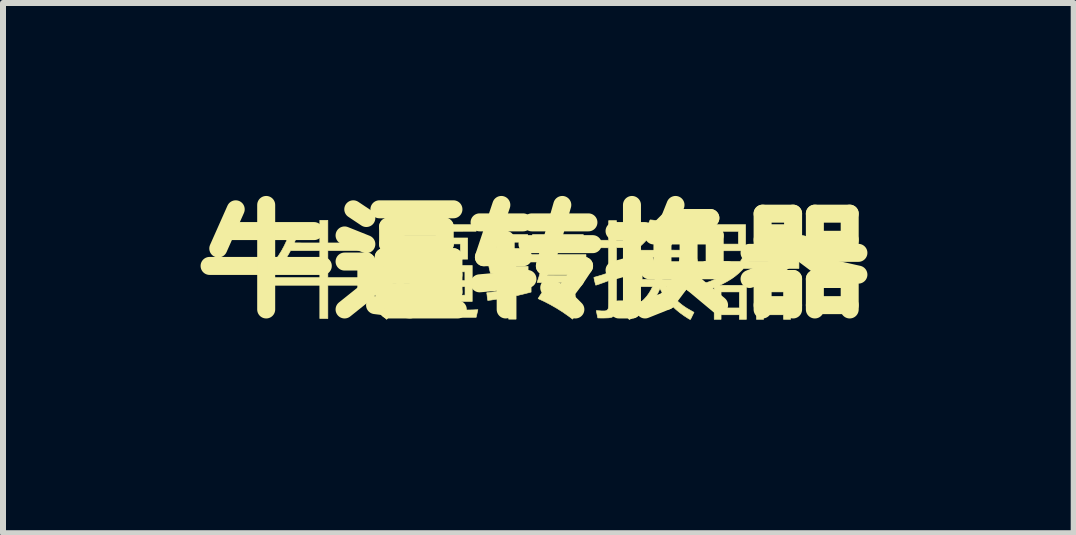
<source format=kicad_pcb>
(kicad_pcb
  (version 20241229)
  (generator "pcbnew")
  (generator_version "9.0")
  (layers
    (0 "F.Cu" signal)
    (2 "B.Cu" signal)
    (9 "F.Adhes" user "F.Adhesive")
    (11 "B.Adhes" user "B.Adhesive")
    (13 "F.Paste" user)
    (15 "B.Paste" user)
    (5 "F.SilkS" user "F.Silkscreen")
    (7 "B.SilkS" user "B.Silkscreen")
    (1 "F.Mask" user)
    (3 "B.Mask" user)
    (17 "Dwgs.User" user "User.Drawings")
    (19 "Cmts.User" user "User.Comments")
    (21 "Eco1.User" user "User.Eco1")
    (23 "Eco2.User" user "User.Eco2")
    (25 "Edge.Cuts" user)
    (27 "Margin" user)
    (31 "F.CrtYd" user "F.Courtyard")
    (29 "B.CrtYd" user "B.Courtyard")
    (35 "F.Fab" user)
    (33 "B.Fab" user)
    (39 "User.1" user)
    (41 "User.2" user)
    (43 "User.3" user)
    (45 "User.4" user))
  (footprint "牛逼转换器"
    (layer "F.Cu")
    (at 5.922 1.418)
    (property "Reference" "牛逼转换器" (at 0 0 0) (layer "F.SilkS") (effects (font (size 1.524 1.524) (thickness 0.3))))
    (attr through_hole)
    (fp_poly (pts (xy -1.036 -0.669) (xy -1.037 -0.614) (xy -2.108 -0.613) (xy -2.108 -0.724) (xy -1.035 -0.724) (xy -1.036 -0.669)) (stroke (width 0.01) (type solid)) (fill yes) (layer "F.SilkS"))
    (fp_poly (pts (xy -1.178 -0.149) (xy -1.965 -0.149) (xy -1.965 -0.403) (xy -1.845 -0.403) (xy -1.845 -0.244) (xy -1.299 -0.244) (xy -1.299 -0.403) (xy -1.845 -0.403) (xy -1.965 -0.403) (xy -1.965 -0.502) (xy -1.178 -0.502) (xy -1.178 -0.149)) (stroke (width 0.01) (type solid)) (fill yes) (layer "F.SilkS"))
    (fp_poly (pts (xy 3.454 -0.289) (xy 2.905 -0.289) (xy 2.905 -0.613) (xy 3.023 -0.613) (xy 3.023 -0.4) (xy 3.334 -0.4) (xy 3.334 -0.613) (xy 3.023 -0.613) (xy 2.905 -0.613) (xy 2.905 -0.724) (xy 3.454 -0.724) (xy 3.454 -0.289)) (stroke (width 0.01) (type solid)) (fill yes) (layer "F.SilkS"))
    (fp_poly (pts (xy 4.21 -0.289) (xy 3.651 -0.289) (xy 3.651 -0.613) (xy 3.772 -0.613) (xy 3.772 -0.4) (xy 4.093 -0.4) (xy 4.093 -0.613) (xy 3.772 -0.613) (xy 3.651 -0.613) (xy 3.651 -0.724) (xy 4.21 -0.724) (xy 4.21 -0.289)) (stroke (width 0.01) (type solid)) (fill yes) (layer "F.SilkS"))
    (fp_poly (pts (xy -1.102 0.556) (xy -2.042 0.556) (xy -2.042 0.308) (xy -1.921 0.308) (xy -1.921 0.451) (xy -1.632 0.451) (xy -1.632 0.308) (xy -1.514 0.308) (xy -1.514 0.451) (xy -1.222 0.451) (xy -1.222 0.308) (xy -1.514 0.308) (xy -1.632 0.308) (xy -1.921 0.308) (xy -2.042 0.308) (xy -2.042 0.21) (xy -1.514 0.21) (xy -1.224 0.208) (xy -1.224 0.062) (xy -1.514 0.06) (xy -1.514 0.21) (xy -2.042 0.21) (xy -2.042 0.06) (xy -1.921 0.06) (xy -1.921 0.21) (xy -1.632 0.21) (xy -1.632 0.06) (xy -1.921 0.06) (xy -2.042 0.06) (xy -2.042 -0.044) (xy -1.102 -0.044) (xy -1.102 0.556)) (stroke (width 0.01) (type solid)) (fill yes) (layer "F.SilkS"))
    (fp_poly (pts (xy -2.492 -0.769) (xy -2.485 -0.764) (xy -2.474 -0.755) (xy -2.46 -0.744) (xy -2.444 -0.731) (xy -2.426 -0.717) (xy -2.408 -0.701) (xy -2.389 -0.685) (xy -2.372 -0.67) (xy -2.359 -0.66) (xy -2.345 -0.646) (xy -2.328 -0.63) (xy -2.31 -0.613) (xy -2.291 -0.595) (xy -2.273 -0.577) (xy -2.254 -0.559) (xy -2.237 -0.542) (xy -2.221 -0.526) (xy -2.207 -0.511) (xy -2.196 -0.5) (xy -2.189 -0.491) (xy -2.185 -0.486) (xy -2.184 -0.485) (xy -2.187 -0.482) (xy -2.193 -0.475) (xy -2.202 -0.465) (xy -2.214 -0.453) (xy -2.228 -0.439) (xy -2.23 -0.437) (xy -2.276 -0.394) (xy -2.301 -0.423) (xy -2.328 -0.453) (xy -2.359 -0.486) (xy -2.394 -0.52) (xy -2.432 -0.556) (xy -2.471 -0.592) (xy -2.512 -0.627) (xy -2.543 -0.652) (xy -2.585 -0.687) (xy -2.541 -0.729) (xy -2.527 -0.742) (xy -2.515 -0.754) (xy -2.505 -0.763) (xy -2.498 -0.769) (xy -2.495 -0.771) (xy -2.495 -0.771) (xy -2.492 -0.769)) (stroke (width 0.01) (type solid)) (fill yes) (layer "F.SilkS"))
    (fp_poly (pts (xy -3.508 -0.419) (xy -2.921 -0.419) (xy -2.921 -0.292) (xy -3.508 -0.292) (xy -3.508 0.159) (xy -2.813 0.159) (xy -2.813 0.286) (xy -3.508 0.286) (xy -3.508 0.841) (xy -3.642 0.841) (xy -3.642 0.286) (xy -4.407 0.286) (xy -4.407 0.159) (xy -3.642 0.159) (xy -3.642 -0.292) (xy -4.13 -0.292) (xy -4.147 -0.261) (xy -4.159 -0.239) (xy -4.173 -0.215) (xy -4.189 -0.189) (xy -4.205 -0.163) (xy -4.222 -0.136) (xy -4.239 -0.109) (xy -4.256 -0.084) (xy -4.272 -0.059) (xy -4.288 -0.037) (xy -4.302 -0.017) (xy -4.314 -0.000223) (xy -4.325 0.013) (xy -4.333 0.022) (xy -4.338 0.027) (xy -4.339 0.027) (xy -4.343 0.025) (xy -4.349 0.018) (xy -4.358 0.008) (xy -4.37 -0.004) (xy -4.382 -0.019) (xy -4.386 -0.023) (xy -4.429 -0.074) (xy -4.402 -0.108) (xy -4.386 -0.127) (xy -4.369 -0.151) (xy -4.35 -0.178) (xy -4.331 -0.206) (xy -4.313 -0.235) (xy -4.296 -0.262) (xy -4.281 -0.287) (xy -4.276 -0.295) (xy -4.237 -0.367) (xy -4.2 -0.445) (xy -4.163 -0.527) (xy -4.128 -0.615) (xy -4.097 -0.699) (xy -4.092 -0.713) (xy -4.088 -0.724) (xy -4.085 -0.731) (xy -4.083 -0.733) (xy -4.079 -0.733) (xy -4.07 -0.731) (xy -4.058 -0.728) (xy -4.043 -0.725) (xy -4.026 -0.721) (xy -4.009 -0.718) (xy -3.994 -0.714) (xy -3.98 -0.711) (xy -3.97 -0.708) (xy -3.964 -0.707) (xy -3.963 -0.707) (xy -3.963 -0.703) (xy -3.966 -0.694) (xy -3.97 -0.681) (xy -3.976 -0.664) (xy -3.983 -0.644) (xy -3.991 -0.621) (xy -4 -0.597) (xy -4.009 -0.572) (xy -4.018 -0.546) (xy -4.028 -0.521) (xy -4.037 -0.497) (xy -4.046 -0.475) (xy -4.05 -0.466) (xy -4.056 -0.451) (xy -4.061 -0.438) (xy -4.065 -0.428) (xy -4.067 -0.422) (xy -4.067 -0.422) (xy -4.064 -0.421) (xy -4.055 -0.421) (xy -4.041 -0.42) (xy -4.022 -0.42) (xy -3.999 -0.42) (xy -3.972 -0.42) (xy -3.941 -0.419) (xy -3.908 -0.419) (xy -3.873 -0.419) (xy -3.854 -0.419) (xy -3.642 -0.419) (xy -3.642 -0.797) (xy -3.508 -0.797) (xy -3.508 -0.419)) (stroke (width 0.01) (type solid)) (fill yes) (layer "F.SilkS"))
    (fp_poly (pts (xy -2.242 0.165) (xy -2.242 0.218) (xy -2.242 0.266) (xy -2.242 0.308) (xy -2.241 0.345) (xy -2.241 0.376) (xy -2.241 0.403) (xy -2.241 0.426) (xy -2.241 0.445) (xy -2.241 0.461) (xy -2.24 0.474) (xy -2.24 0.483) (xy -2.24 0.491) (xy -2.239 0.496) (xy -2.238 0.5) (xy -2.238 0.502) (xy -2.237 0.504) (xy -2.236 0.504) (xy -2.235 0.505) (xy -2.231 0.508) (xy -2.224 0.516) (xy -2.214 0.526) (xy -2.203 0.538) (xy -2.196 0.545) (xy -2.167 0.576) (xy -2.139 0.603) (xy -2.111 0.625) (xy -2.081 0.644) (xy -2.05 0.659) (xy -2.015 0.672) (xy -1.978 0.682) (xy -1.935 0.69) (xy -1.888 0.696) (xy -1.886 0.696) (xy -1.877 0.697) (xy -1.861 0.697) (xy -1.841 0.698) (xy -1.815 0.698) (xy -1.785 0.699) (xy -1.752 0.699) (xy -1.715 0.699) (xy -1.675 0.7) (xy -1.633 0.7) (xy -1.589 0.7) (xy -1.544 0.7) (xy -1.499 0.7) (xy -1.453 0.7) (xy -1.407 0.7) (xy -1.362 0.7) (xy -1.318 0.7) (xy -1.276 0.699) (xy -1.236 0.699) (xy -1.199 0.699) (xy -1.165 0.698) (xy -1.135 0.698) (xy -1.11 0.697) (xy -1.089 0.697) (xy -1.074 0.696) (xy -1.073 0.696) (xy -1.054 0.695) (xy -1.036 0.694) (xy -1.022 0.694) (xy -1.013 0.693) (xy -1.008 0.693) (xy -1.008 0.693) (xy -1.008 0.696) (xy -1.01 0.705) (xy -1.013 0.717) (xy -1.017 0.733) (xy -1.021 0.752) (xy -1.022 0.757) (xy -1.037 0.821) (xy -1.416 0.821) (xy -1.484 0.82) (xy -1.546 0.82) (xy -1.602 0.82) (xy -1.652 0.82) (xy -1.696 0.82) (xy -1.734 0.819) (xy -1.768 0.819) (xy -1.796 0.818) (xy -1.819 0.818) (xy -1.837 0.817) (xy -1.85 0.817) (xy -1.851 0.816) (xy -1.907 0.812) (xy -1.958 0.805) (xy -2.003 0.797) (xy -2.042 0.787) (xy -2.075 0.776) (xy -2.108 0.761) (xy -2.141 0.741) (xy -2.173 0.717) (xy -2.203 0.69) (xy -2.219 0.674) (xy -2.237 0.653) (xy -2.252 0.637) (xy -2.265 0.625) (xy -2.277 0.617) (xy -2.287 0.612) (xy -2.297 0.609) (xy -2.305 0.609) (xy -2.32 0.612) (xy -2.337 0.621) (xy -2.356 0.635) (xy -2.378 0.656) (xy -2.402 0.682) (xy -2.427 0.714) (xy -2.455 0.751) (xy -2.485 0.794) (xy -2.489 0.799) (xy -2.5 0.816) (xy -2.509 0.83) (xy -2.518 0.842) (xy -2.524 0.85) (xy -2.527 0.854) (xy -2.527 0.854) (xy -2.53 0.852) (xy -2.537 0.846) (xy -2.546 0.838) (xy -2.558 0.827) (xy -2.567 0.819) (xy -2.581 0.806) (xy -2.593 0.795) (xy -2.604 0.785) (xy -2.612 0.777) (xy -2.614 0.775) (xy -2.623 0.766) (xy -2.603 0.736) (xy -2.577 0.698) (xy -2.549 0.661) (xy -2.522 0.627) (xy -2.495 0.595) (xy -2.47 0.568) (xy -2.448 0.547) (xy -2.434 0.536) (xy -2.419 0.524) (xy -2.404 0.513) (xy -2.39 0.504) (xy -2.378 0.497) (xy -2.37 0.493) (xy -2.369 0.493) (xy -2.362 0.491) (xy -2.362 -0.051) (xy -2.626 -0.051) (xy -2.626 -0.171) (xy -2.242 -0.171) (xy -2.242 0.165)) (stroke (width 0.01) (type solid)) (fill yes) (layer "F.SilkS"))
    (fp_poly (pts (xy 1.302 -0.464) (xy 1.483 -0.464) (xy 1.483 -0.34) (xy 1.302 -0.34) (xy 1.302 0.025) (xy 1.345 0.004) (xy 1.364 -0.005) (xy 1.386 -0.016) (xy 1.409 -0.027) (xy 1.431 -0.039) (xy 1.439 -0.043) (xy 1.455 -0.052) (xy 1.469 -0.059) (xy 1.48 -0.065) (xy 1.488 -0.069) (xy 1.49 -0.07) (xy 1.491 -0.067) (xy 1.491 -0.058) (xy 1.492 -0.046) (xy 1.492 -0.029) (xy 1.492 -0.01) (xy 1.492 -0.005) (xy 1.492 0.06) (xy 1.45 0.082) (xy 1.432 0.092) (xy 1.411 0.102) (xy 1.388 0.114) (xy 1.366 0.124) (xy 1.355 0.129) (xy 1.302 0.154) (xy 1.301 0.435) (xy 1.301 0.484) (xy 1.301 0.526) (xy 1.301 0.564) (xy 1.3 0.596) (xy 1.3 0.623) (xy 1.3 0.646) (xy 1.3 0.666) (xy 1.299 0.682) (xy 1.299 0.694) (xy 1.298 0.705) (xy 1.298 0.713) (xy 1.297 0.719) (xy 1.296 0.724) (xy 1.296 0.728) (xy 1.295 0.732) (xy 1.293 0.736) (xy 1.293 0.736) (xy 1.283 0.76) (xy 1.271 0.78) (xy 1.256 0.797) (xy 1.245 0.805) (xy 1.235 0.813) (xy 1.223 0.819) (xy 1.21 0.823) (xy 1.194 0.826) (xy 1.175 0.829) (xy 1.152 0.83) (xy 1.125 0.831) (xy 1.092 0.832) (xy 1.08 0.832) (xy 1.057 0.832) (xy 1.036 0.832) (xy 1.018 0.831) (xy 1.004 0.831) (xy 0.995 0.831) (xy 0.991 0.83) (xy 0.991 0.83) (xy 0.99 0.827) (xy 0.988 0.818) (xy 0.985 0.805) (xy 0.982 0.789) (xy 0.978 0.771) (xy 0.978 0.77) (xy 0.974 0.751) (xy 0.97 0.735) (xy 0.968 0.722) (xy 0.967 0.713) (xy 0.966 0.709) (xy 0.966 0.709) (xy 0.97 0.709) (xy 0.979 0.709) (xy 0.991 0.71) (xy 1.006 0.711) (xy 1.006 0.711) (xy 1.026 0.712) (xy 1.049 0.714) (xy 1.071 0.714) (xy 1.083 0.714) (xy 1.105 0.714) (xy 1.122 0.712) (xy 1.135 0.708) (xy 1.145 0.702) (xy 1.154 0.694) (xy 1.155 0.692) (xy 1.158 0.688) (xy 1.161 0.684) (xy 1.163 0.679) (xy 1.165 0.673) (xy 1.167 0.665) (xy 1.168 0.656) (xy 1.169 0.644) (xy 1.17 0.63) (xy 1.17 0.612) (xy 1.171 0.591) (xy 1.171 0.565) (xy 1.171 0.534) (xy 1.172 0.499) (xy 1.172 0.458) (xy 1.172 0.428) (xy 1.172 0.391) (xy 1.172 0.357) (xy 1.171 0.324) (xy 1.171 0.295) (xy 1.171 0.269) (xy 1.171 0.247) (xy 1.171 0.23) (xy 1.171 0.218) (xy 1.17 0.211) (xy 1.17 0.21) (xy 1.167 0.211) (xy 1.159 0.214) (xy 1.147 0.218) (xy 1.134 0.223) (xy 1.133 0.223) (xy 1.116 0.23) (xy 1.097 0.237) (xy 1.076 0.245) (xy 1.054 0.252) (xy 1.033 0.26) (xy 1.013 0.267) (xy 0.994 0.273) (xy 0.979 0.278) (xy 0.967 0.282) (xy 0.959 0.284) (xy 0.957 0.284) (xy 0.955 0.281) (xy 0.952 0.272) (xy 0.949 0.259) (xy 0.945 0.244) (xy 0.941 0.227) (xy 0.937 0.21) (xy 0.933 0.193) (xy 0.93 0.178) (xy 0.927 0.166) (xy 0.926 0.158) (xy 0.926 0.156) (xy 0.93 0.154) (xy 0.939 0.151) (xy 0.952 0.147) (xy 0.968 0.143) (xy 0.986 0.137) (xy 0.989 0.137) (xy 1.008 0.131) (xy 1.029 0.125) (xy 1.052 0.118) (xy 1.075 0.111) (xy 1.097 0.103) (xy 1.118 0.096) (xy 1.136 0.09) (xy 1.151 0.085) (xy 1.162 0.081) (xy 1.166 0.079) (xy 1.167 0.078) (xy 1.168 0.076) (xy 1.169 0.073) (xy 1.17 0.069) (xy 1.17 0.062) (xy 1.171 0.053) (xy 1.171 0.04) (xy 1.171 0.024) (xy 1.171 0.004) (xy 1.171 -0.021) (xy 1.171 -0.05) (xy 1.171 -0.085) (xy 1.171 -0.126) (xy 1.171 -0.131) (xy 1.17 -0.338) (xy 0.956 -0.34) (xy 0.956 -0.464) (xy 1.172 -0.464) (xy 1.172 -0.791) (xy 1.302 -0.791) (xy 1.302 -0.464)) (stroke (width 0.01) (type solid)) (fill yes) (layer "F.SilkS"))
    (fp_poly (pts (xy -0.581 -0.794) (xy -0.569 -0.793) (xy -0.553 -0.791) (xy -0.537 -0.789) (xy -0.52 -0.786) (xy -0.504 -0.783) (xy -0.49 -0.781) (xy -0.48 -0.778) (xy -0.475 -0.776) (xy -0.474 -0.776) (xy -0.474 -0.772) (xy -0.476 -0.762) (xy -0.478 -0.748) (xy -0.482 -0.73) (xy -0.486 -0.709) (xy -0.491 -0.686) (xy -0.494 -0.674) (xy -0.499 -0.649) (xy -0.504 -0.627) (xy -0.509 -0.606) (xy -0.512 -0.59) (xy -0.515 -0.577) (xy -0.516 -0.569) (xy -0.517 -0.568) (xy -0.518 -0.559) (xy -0.348 -0.559) (xy -0.178 -0.559) (xy -0.178 -0.432) (xy -0.365 -0.432) (xy -0.552 -0.432) (xy -0.557 -0.414) (xy -0.571 -0.365) (xy -0.587 -0.313) (xy -0.604 -0.261) (xy -0.622 -0.209) (xy -0.639 -0.16) (xy -0.657 -0.113) (xy -0.67 -0.081) (xy -0.676 -0.064) (xy -0.682 -0.05) (xy -0.686 -0.039) (xy -0.688 -0.032) (xy -0.689 -0.031) (xy -0.686 -0.03) (xy -0.677 -0.03) (xy -0.664 -0.029) (xy -0.646 -0.029) (xy -0.626 -0.029) (xy -0.602 -0.029) (xy -0.592 -0.029) (xy -0.495 -0.029) (xy -0.495 -0.302) (xy -0.371 -0.302) (xy -0.371 -0.029) (xy -0.171 -0.029) (xy -0.171 0.089) (xy -0.371 0.089) (xy -0.371 0.211) (xy -0.371 0.238) (xy -0.371 0.263) (xy -0.371 0.286) (xy -0.371 0.304) (xy -0.371 0.319) (xy -0.37 0.329) (xy -0.37 0.333) (xy -0.37 0.333) (xy -0.366 0.333) (xy -0.356 0.331) (xy -0.342 0.328) (xy -0.324 0.324) (xy -0.303 0.319) (xy -0.281 0.314) (xy -0.257 0.309) (xy -0.233 0.303) (xy -0.209 0.297) (xy -0.187 0.292) (xy -0.166 0.287) (xy -0.149 0.283) (xy -0.136 0.28) (xy -0.127 0.278) (xy -0.126 0.277) (xy -0.124 0.277) (xy -0.123 0.279) (xy -0.122 0.282) (xy -0.121 0.289) (xy -0.121 0.3) (xy -0.121 0.315) (xy -0.121 0.336) (xy -0.121 0.338) (xy -0.121 0.4) (xy -0.133 0.403) (xy -0.141 0.405) (xy -0.154 0.409) (xy -0.172 0.413) (xy -0.192 0.418) (xy -0.215 0.424) (xy -0.239 0.43) (xy -0.262 0.436) (xy -0.285 0.441) (xy -0.307 0.446) (xy -0.325 0.451) (xy -0.34 0.454) (xy -0.35 0.457) (xy -0.353 0.457) (xy -0.371 0.461) (xy -0.371 0.851) (xy -0.495 0.851) (xy -0.495 0.668) (xy -0.495 0.629) (xy -0.495 0.597) (xy -0.495 0.569) (xy -0.496 0.547) (xy -0.496 0.529) (xy -0.496 0.515) (xy -0.496 0.504) (xy -0.497 0.496) (xy -0.498 0.491) (xy -0.498 0.488) (xy -0.499 0.487) (xy -0.5 0.487) (xy -0.501 0.487) (xy -0.507 0.488) (xy -0.518 0.49) (xy -0.534 0.493) (xy -0.554 0.497) (xy -0.577 0.5) (xy -0.602 0.504) (xy -0.629 0.508) (xy -0.657 0.513) (xy -0.686 0.517) (xy -0.714 0.521) (xy -0.741 0.525) (xy -0.766 0.529) (xy -0.789 0.533) (xy -0.809 0.535) (xy -0.825 0.537) (xy -0.836 0.539) (xy -0.842 0.539) (xy -0.843 0.539) (xy -0.844 0.536) (xy -0.845 0.527) (xy -0.847 0.515) (xy -0.849 0.5) (xy -0.851 0.483) (xy -0.853 0.466) (xy -0.855 0.449) (xy -0.857 0.434) (xy -0.859 0.422) (xy -0.86 0.414) (xy -0.86 0.411) (xy -0.856 0.411) (xy -0.848 0.409) (xy -0.835 0.408) (xy -0.818 0.405) (xy -0.799 0.403) (xy -0.792 0.402) (xy -0.771 0.399) (xy -0.747 0.396) (xy -0.719 0.392) (xy -0.689 0.388) (xy -0.659 0.383) (xy -0.628 0.379) (xy -0.599 0.374) (xy -0.573 0.37) (xy -0.549 0.366) (xy -0.53 0.363) (xy -0.519 0.361) (xy -0.497 0.357) (xy -0.497 0.09) (xy -0.647 0.089) (xy -0.798 0.087) (xy -0.811 0.031) (xy -0.825 -0.026) (xy -0.815 -0.045) (xy -0.806 -0.065) (xy -0.796 -0.09) (xy -0.784 -0.117) (xy -0.773 -0.146) (xy -0.761 -0.175) (xy -0.751 -0.203) (xy -0.747 -0.215) (xy -0.741 -0.231) (xy -0.735 -0.25) (xy -0.727 -0.273) (xy -0.719 -0.298) (xy -0.711 -0.323) (xy -0.704 -0.348) (xy -0.696 -0.371) (xy -0.69 -0.392) (xy -0.685 -0.409) (xy -0.682 -0.421) (xy -0.681 -0.423) (xy -0.679 -0.432) (xy -0.857 -0.432) (xy -0.857 -0.559) (xy -0.752 -0.56) (xy -0.647 -0.56) (xy -0.644 -0.57) (xy -0.643 -0.575) (xy -0.64 -0.586) (xy -0.637 -0.601) (xy -0.633 -0.62) (xy -0.628 -0.643) (xy -0.623 -0.667) (xy -0.619 -0.686) (xy -0.613 -0.711) (xy -0.608 -0.734) (xy -0.604 -0.754) (xy -0.6 -0.771) (xy -0.597 -0.784) (xy -0.595 -0.792) (xy -0.594 -0.794) (xy -0.59 -0.795) (xy -0.581 -0.794)) (stroke (width 0.01) (type solid)) (fill yes) (layer "F.SilkS"))
    (fp_poly (pts (xy 3.996 -0.265) (xy 3.999 -0.264) (xy 4.003 -0.259) (xy 4.01 -0.249) (xy 4.019 -0.237) (xy 4.029 -0.221) (xy 4.04 -0.204) (xy 4.051 -0.187) (xy 4.061 -0.17) (xy 4.07 -0.155) (xy 4.077 -0.144) (xy 4.094 -0.111) (xy 4.219 -0.111) (xy 4.343 -0.111) (xy 4.343 0.006) (xy 4.103 0.006) (xy 3.862 0.007) (xy 3.88 0.022) (xy 3.914 0.051) (xy 3.954 0.079) (xy 3.999 0.107) (xy 4.049 0.135) (xy 4.103 0.161) (xy 4.16 0.186) (xy 4.22 0.21) (xy 4.283 0.231) (xy 4.339 0.249) (xy 4.353 0.253) (xy 4.365 0.257) (xy 4.374 0.26) (xy 4.377 0.262) (xy 4.377 0.263) (xy 4.377 0.266) (xy 4.373 0.275) (xy 4.368 0.286) (xy 4.362 0.3) (xy 4.355 0.315) (xy 4.347 0.33) (xy 4.34 0.345) (xy 4.334 0.357) (xy 4.329 0.366) (xy 4.326 0.371) (xy 4.325 0.371) (xy 4.322 0.37) (xy 4.313 0.367) (xy 4.3 0.363) (xy 4.285 0.357) (xy 4.267 0.351) (xy 4.264 0.35) (xy 4.205 0.328) (xy 4.204 0.854) (xy 4.086 0.854) (xy 4.086 0.778) (xy 3.753 0.778) (xy 3.753 0.854) (xy 3.635 0.854) (xy 3.637 0.397) (xy 3.753 0.397) (xy 3.753 0.664) (xy 4.086 0.664) (xy 4.086 0.397) (xy 3.753 0.397) (xy 3.637 0.397) (xy 3.637 0.287) (xy 3.872 0.287) (xy 4.106 0.286) (xy 4.057 0.261) (xy 3.997 0.229) (xy 3.942 0.196) (xy 3.891 0.161) (xy 3.844 0.125) (xy 3.799 0.086) (xy 3.765 0.053) (xy 3.718 0.006) (xy 3.569 0.006) (xy 3.42 0.006) (xy 3.39 0.037) (xy 3.337 0.088) (xy 3.278 0.136) (xy 3.213 0.182) (xy 3.144 0.224) (xy 3.069 0.264) (xy 3.069 0.264) (xy 3.024 0.286) (xy 3.245 0.287) (xy 3.466 0.287) (xy 3.467 0.854) (xy 3.35 0.854) (xy 3.35 0.778) (xy 3.045 0.778) (xy 3.045 0.854) (xy 2.931 0.854) (xy 2.931 0.591) (xy 2.931 0.55) (xy 2.93 0.512) (xy 2.93 0.476) (xy 2.93 0.443) (xy 2.93 0.413) (xy 2.93 0.397) (xy 3.045 0.397) (xy 3.045 0.664) (xy 3.35 0.664) (xy 3.35 0.397) (xy 3.045 0.397) (xy 2.93 0.397) (xy 2.93 0.386) (xy 2.93 0.364) (xy 2.93 0.347) (xy 2.929 0.335) (xy 2.929 0.328) (xy 2.929 0.327) (xy 2.926 0.328) (xy 2.917 0.331) (xy 2.904 0.335) (xy 2.888 0.34) (xy 2.869 0.347) (xy 2.856 0.351) (xy 2.836 0.358) (xy 2.818 0.364) (xy 2.803 0.369) (xy 2.791 0.372) (xy 2.785 0.374) (xy 2.783 0.374) (xy 2.781 0.371) (xy 2.776 0.363) (xy 2.77 0.352) (xy 2.763 0.338) (xy 2.755 0.324) (xy 2.746 0.309) (xy 2.739 0.295) (xy 2.732 0.283) (xy 2.728 0.274) (xy 2.725 0.269) (xy 2.725 0.268) (xy 2.728 0.267) (xy 2.736 0.264) (xy 2.749 0.26) (xy 2.765 0.255) (xy 2.783 0.249) (xy 2.79 0.247) (xy 2.872 0.218) (xy 2.95 0.186) (xy 3.023 0.153) (xy 3.09 0.118) (xy 3.152 0.081) (xy 3.208 0.042) (xy 3.226 0.028) (xy 3.251 0.008) (xy 3.005 0.007) (xy 2.759 0.006) (xy 2.759 -0.111) (xy 3.366 -0.111) (xy 3.385 -0.14) (xy 3.394 -0.155) (xy 3.404 -0.173) (xy 3.415 -0.192) (xy 3.424 -0.21) (xy 3.425 -0.211) (xy 3.432 -0.226) (xy 3.439 -0.238) (xy 3.444 -0.248) (xy 3.447 -0.253) (xy 3.447 -0.254) (xy 3.45 -0.254) (xy 3.459 -0.254) (xy 3.472 -0.253) (xy 3.489 -0.251) (xy 3.507 -0.25) (xy 3.51 -0.249) (xy 3.531 -0.247) (xy 3.547 -0.246) (xy 3.558 -0.244) (xy 3.565 -0.243) (xy 3.569 -0.242) (xy 3.57 -0.24) (xy 3.57 -0.238) (xy 3.57 -0.237) (xy 3.567 -0.229) (xy 3.561 -0.216) (xy 3.554 -0.201) (xy 3.546 -0.185) (xy 3.538 -0.168) (xy 3.53 -0.153) (xy 3.523 -0.141) (xy 3.517 -0.129) (xy 3.512 -0.12) (xy 3.509 -0.114) (xy 3.508 -0.113) (xy 3.511 -0.113) (xy 3.52 -0.112) (xy 3.535 -0.112) (xy 3.554 -0.112) (xy 3.577 -0.112) (xy 3.605 -0.111) (xy 3.635 -0.111) (xy 3.669 -0.111) (xy 3.705 -0.111) (xy 3.737 -0.111) (xy 3.965 -0.111) (xy 3.946 -0.143) (xy 3.936 -0.159) (xy 3.924 -0.178) (xy 3.912 -0.195) (xy 3.907 -0.202) (xy 3.899 -0.214) (xy 3.893 -0.223) (xy 3.889 -0.23) (xy 3.889 -0.232) (xy 3.892 -0.234) (xy 3.901 -0.237) (xy 3.914 -0.241) (xy 3.929 -0.247) (xy 3.942 -0.251) (xy 3.961 -0.257) (xy 3.975 -0.262) (xy 3.985 -0.264) (xy 3.992 -0.265) (xy 3.996 -0.265)) (stroke (width 0.01) (type solid)) (fill yes) (layer "F.SilkS"))
    (fp_poly (pts (xy 1.875 -0.803) (xy 1.886 -0.801) (xy 1.9 -0.8) (xy 1.917 -0.798) (xy 1.933 -0.795) (xy 1.95 -0.793) (xy 1.965 -0.791) (xy 1.976 -0.789) (xy 1.984 -0.787) (xy 1.986 -0.786) (xy 1.986 -0.782) (xy 1.984 -0.773) (xy 1.979 -0.758) (xy 1.971 -0.74) (xy 1.961 -0.717) (xy 1.957 -0.706) (xy 1.95 -0.692) (xy 1.944 -0.679) (xy 1.94 -0.67) (xy 1.938 -0.665) (xy 1.938 -0.664) (xy 1.939 -0.664) (xy 1.942 -0.663) (xy 1.949 -0.662) (xy 1.959 -0.662) (xy 1.974 -0.661) (xy 1.992 -0.661) (xy 2.015 -0.66) (xy 2.044 -0.66) (xy 2.078 -0.66) (xy 2.118 -0.66) (xy 2.125 -0.66) (xy 2.313 -0.659) (xy 2.314 -0.612) (xy 2.315 -0.565) (xy 2.287 -0.513) (xy 2.249 -0.445) (xy 2.211 -0.382) (xy 2.183 -0.34) (xy 2.156 -0.3) (xy 2.313 -0.299) (xy 2.47 -0.298) (xy 2.47 0.187) (xy 2.584 0.187) (xy 2.584 0.308) (xy 2.133 0.308) (xy 2.14 0.321) (xy 2.16 0.357) (xy 2.185 0.394) (xy 2.212 0.433) (xy 2.243 0.47) (xy 2.275 0.507) (xy 2.308 0.54) (xy 2.325 0.556) (xy 2.354 0.581) (xy 2.382 0.604) (xy 2.411 0.626) (xy 2.441 0.647) (xy 2.473 0.668) (xy 2.509 0.689) (xy 2.549 0.712) (xy 2.572 0.725) (xy 2.594 0.737) (xy 2.564 0.797) (xy 2.556 0.815) (xy 2.548 0.831) (xy 2.541 0.843) (xy 2.536 0.852) (xy 2.533 0.857) (xy 2.532 0.857) (xy 2.528 0.856) (xy 2.519 0.851) (xy 2.506 0.844) (xy 2.491 0.835) (xy 2.474 0.824) (xy 2.456 0.812) (xy 2.437 0.8) (xy 2.427 0.793) (xy 2.356 0.742) (xy 2.291 0.688) (xy 2.231 0.631) (xy 2.177 0.571) (xy 2.127 0.508) (xy 2.083 0.441) (xy 2.046 0.376) (xy 2.038 0.361) (xy 2.032 0.351) (xy 2.028 0.345) (xy 2.025 0.343) (xy 2.024 0.345) (xy 2 0.4) (xy 1.971 0.455) (xy 1.936 0.509) (xy 1.895 0.562) (xy 1.849 0.614) (xy 1.798 0.663) (xy 1.743 0.71) (xy 1.719 0.729) (xy 1.697 0.745) (xy 1.672 0.763) (xy 1.645 0.781) (xy 1.617 0.799) (xy 1.589 0.816) (xy 1.563 0.831) (xy 1.541 0.844) (xy 1.531 0.849) (xy 1.515 0.857) (xy 1.475 0.806) (xy 1.463 0.791) (xy 1.452 0.777) (xy 1.443 0.765) (xy 1.437 0.756) (xy 1.433 0.752) (xy 1.433 0.751) (xy 1.435 0.748) (xy 1.443 0.743) (xy 1.454 0.737) (xy 1.463 0.732) (xy 1.534 0.694) (xy 1.6 0.654) (xy 1.661 0.611) (xy 1.715 0.566) (xy 1.764 0.518) (xy 1.808 0.469) (xy 1.845 0.417) (xy 1.877 0.364) (xy 1.883 0.351) (xy 1.89 0.337) (xy 1.896 0.325) (xy 1.9 0.316) (xy 1.902 0.311) (xy 1.902 0.31) (xy 1.899 0.31) (xy 1.89 0.31) (xy 1.876 0.309) (xy 1.857 0.309) (xy 1.833 0.309) (xy 1.806 0.308) (xy 1.776 0.308) (xy 1.743 0.308) (xy 1.708 0.308) (xy 1.694 0.308) (xy 1.486 0.308) (xy 1.486 0.187) (xy 1.613 0.187) (xy 1.613 -0.054) (xy 1.613 -0.101) (xy 1.613 -0.141) (xy 1.613 -0.176) (xy 1.613 -0.184) (xy 1.73 -0.184) (xy 1.73 0.187) (xy 1.939 0.187) (xy 2.065 0.187) (xy 2.356 0.187) (xy 2.356 -0.184) (xy 2.095 -0.184) (xy 2.095 -0.154) (xy 2.095 -0.129) (xy 2.094 -0.099) (xy 2.092 -0.065) (xy 2.089 -0.029) (xy 2.087 0.008) (xy 2.083 0.045) (xy 2.08 0.08) (xy 2.076 0.113) (xy 2.072 0.141) (xy 2.071 0.152) (xy 2.065 0.187) (xy 1.939 0.187) (xy 1.943 0.171) (xy 1.947 0.15) (xy 1.951 0.123) (xy 1.955 0.092) (xy 1.96 0.058) (xy 1.963 0.023) (xy 1.967 -0.012) (xy 1.97 -0.047) (xy 1.972 -0.079) (xy 1.973 -0.105) (xy 1.974 -0.123) (xy 1.975 -0.14) (xy 1.976 -0.155) (xy 1.976 -0.166) (xy 1.977 -0.167) (xy 1.978 -0.184) (xy 1.73 -0.184) (xy 1.613 -0.184) (xy 1.613 -0.205) (xy 1.612 -0.23) (xy 1.612 -0.25) (xy 1.612 -0.265) (xy 1.611 -0.277) (xy 1.611 -0.286) (xy 1.61 -0.291) (xy 1.609 -0.293) (xy 1.609 -0.293) (xy 1.604 -0.29) (xy 1.596 -0.285) (xy 1.59 -0.28) (xy 1.582 -0.275) (xy 1.575 -0.271) (xy 1.573 -0.27) (xy 1.57 -0.272) (xy 1.565 -0.279) (xy 1.557 -0.289) (xy 1.547 -0.301) (xy 1.547 -0.302) (xy 1.621 -0.302) (xy 1.622 -0.301) (xy 1.625 -0.3) (xy 1.631 -0.3) (xy 1.64 -0.299) (xy 1.651 -0.299) (xy 1.667 -0.299) (xy 1.686 -0.299) (xy 1.71 -0.299) (xy 1.739 -0.298) (xy 1.774 -0.298) (xy 1.814 -0.298) (xy 1.818 -0.298) (xy 2.022 -0.298) (xy 2.043 -0.328) (xy 2.06 -0.353) (xy 2.078 -0.381) (xy 2.098 -0.412) (xy 2.117 -0.444) (xy 2.136 -0.476) (xy 2.153 -0.505) (xy 2.167 -0.531) (xy 2.171 -0.539) (xy 2.175 -0.546) (xy 1.865 -0.546) (xy 1.848 -0.524) (xy 1.83 -0.501) (xy 1.809 -0.476) (xy 1.786 -0.45) (xy 1.762 -0.425) (xy 1.739 -0.402) (xy 1.728 -0.392) (xy 1.712 -0.377) (xy 1.694 -0.362) (xy 1.676 -0.347) (xy 1.659 -0.332) (xy 1.643 -0.319) (xy 1.63 -0.309) (xy 1.623 -0.304) (xy 1.621 -0.303) (xy 1.621 -0.302) (xy 1.547 -0.302) (xy 1.537 -0.314) (xy 1.527 -0.328) (xy 1.517 -0.341) (xy 1.509 -0.352) (xy 1.503 -0.361) (xy 1.5 -0.366) (xy 1.5 -0.366) (xy 1.502 -0.37) (xy 1.508 -0.377) (xy 1.519 -0.385) (xy 1.528 -0.392) (xy 1.591 -0.44) (xy 1.648 -0.49) (xy 1.7 -0.543) (xy 1.747 -0.598) (xy 1.787 -0.656) (xy 1.822 -0.715) (xy 1.85 -0.774) (xy 1.856 -0.788) (xy 1.86 -0.797) (xy 1.864 -0.802) (xy 1.868 -0.803) (xy 1.868 -0.803) (xy 1.875 -0.803)) (stroke (width 0.01) (type solid)) (fill yes) (layer "F.SilkS"))
    (fp_poly (pts (xy 0.239 -0.799) (xy 0.251 -0.798) (xy 0.266 -0.797) (xy 0.283 -0.795) (xy 0.301 -0.793) (xy 0.317 -0.791) (xy 0.332 -0.79) (xy 0.344 -0.788) (xy 0.352 -0.787) (xy 0.354 -0.787) (xy 0.354 -0.784) (xy 0.353 -0.775) (xy 0.351 -0.763) (xy 0.348 -0.748) (xy 0.347 -0.743) (xy 0.344 -0.725) (xy 0.34 -0.703) (xy 0.336 -0.679) (xy 0.332 -0.655) (xy 0.329 -0.638) (xy 0.325 -0.619) (xy 0.322 -0.601) (xy 0.319 -0.585) (xy 0.317 -0.574) (xy 0.316 -0.568) (xy 0.316 -0.568) (xy 0.314 -0.559) (xy 0.749 -0.559) (xy 0.749 -0.432) (xy 0.519 -0.432) (xy 0.476 -0.432) (xy 0.438 -0.432) (xy 0.405 -0.432) (xy 0.378 -0.432) (xy 0.355 -0.431) (xy 0.337 -0.431) (xy 0.322 -0.431) (xy 0.31 -0.431) (xy 0.302 -0.43) (xy 0.296 -0.43) (xy 0.292 -0.429) (xy 0.289 -0.428) (xy 0.288 -0.427) (xy 0.288 -0.426) (xy 0.286 -0.42) (xy 0.283 -0.409) (xy 0.28 -0.394) (xy 0.276 -0.376) (xy 0.271 -0.356) (xy 0.266 -0.334) (xy 0.262 -0.313) (xy 0.257 -0.292) (xy 0.253 -0.273) (xy 0.249 -0.256) (xy 0.247 -0.243) (xy 0.245 -0.235) (xy 0.244 -0.231) (xy 0.245 -0.23) (xy 0.245 -0.229) (xy 0.247 -0.229) (xy 0.25 -0.228) (xy 0.255 -0.227) (xy 0.262 -0.227) (xy 0.271 -0.227) (xy 0.283 -0.226) (xy 0.299 -0.226) (xy 0.318 -0.226) (xy 0.342 -0.226) (xy 0.37 -0.226) (xy 0.402 -0.225) (xy 0.441 -0.225) (xy 0.484 -0.225) (xy 0.519 -0.225) (xy 0.794 -0.225) (xy 0.794 -0.102) (xy 0.502 -0.102) (xy 0.451 -0.102) (xy 0.407 -0.102) (xy 0.368 -0.101) (xy 0.334 -0.101) (xy 0.305 -0.101) (xy 0.281 -0.101) (xy 0.261 -0.101) (xy 0.245 -0.1) (xy 0.233 -0.1) (xy 0.223 -0.1) (xy 0.216 -0.099) (xy 0.212 -0.099) (xy 0.21 -0.098) (xy 0.21 -0.097) (xy 0.209 -0.092) (xy 0.206 -0.082) (xy 0.202 -0.068) (xy 0.197 -0.05) (xy 0.192 -0.03) (xy 0.185 -0.009) (xy 0.179 0.013) (xy 0.172 0.035) (xy 0.166 0.056) (xy 0.162 0.068) (xy 0.157 0.085) (xy 0.152 0.099) (xy 0.149 0.111) (xy 0.147 0.119) (xy 0.146 0.121) (xy 0.149 0.121) (xy 0.158 0.122) (xy 0.174 0.122) (xy 0.195 0.123) (xy 0.221 0.123) (xy 0.253 0.123) (xy 0.289 0.124) (xy 0.331 0.124) (xy 0.377 0.124) (xy 0.428 0.124) (xy 0.43 0.124) (xy 0.714 0.124) (xy 0.714 0.18) (xy 0.714 0.237) (xy 0.692 0.275) (xy 0.658 0.333) (xy 0.619 0.389) (xy 0.577 0.444) (xy 0.53 0.499) (xy 0.477 0.556) (xy 0.476 0.557) (xy 0.435 0.599) (xy 0.447 0.606) (xy 0.458 0.612) (xy 0.473 0.622) (xy 0.49 0.633) (xy 0.509 0.645) (xy 0.529 0.658) (xy 0.549 0.672) (xy 0.569 0.686) (xy 0.587 0.699) (xy 0.605 0.711) (xy 0.619 0.722) (xy 0.631 0.73) (xy 0.638 0.737) (xy 0.641 0.74) (xy 0.641 0.74) (xy 0.64 0.743) (xy 0.635 0.751) (xy 0.629 0.761) (xy 0.62 0.774) (xy 0.611 0.789) (xy 0.602 0.804) (xy 0.592 0.818) (xy 0.584 0.831) (xy 0.577 0.841) (xy 0.572 0.848) (xy 0.57 0.851) (xy 0.57 0.851) (xy 0.568 0.849) (xy 0.562 0.844) (xy 0.56 0.843) (xy 0.555 0.838) (xy 0.545 0.831) (xy 0.532 0.821) (xy 0.517 0.81) (xy 0.502 0.799) (xy 0.403 0.73) (xy 0.303 0.667) (xy 0.203 0.61) (xy 0.103 0.558) (xy 0.039 0.528) (xy 0.024 0.522) (xy 0.011 0.516) (xy 0.002 0.511) (xy -0.003 0.508) (xy -0.003 0.507) (xy -0.002 0.504) (xy 0.003 0.497) (xy 0.01 0.486) (xy 0.018 0.473) (xy 0.027 0.459) (xy 0.036 0.445) (xy 0.045 0.432) (xy 0.053 0.42) (xy 0.059 0.412) (xy 0.062 0.407) (xy 0.062 0.407) (xy 0.066 0.407) (xy 0.074 0.41) (xy 0.087 0.416) (xy 0.103 0.423) (xy 0.122 0.431) (xy 0.143 0.441) (xy 0.166 0.452) (xy 0.189 0.464) (xy 0.213 0.475) (xy 0.235 0.487) (xy 0.257 0.498) (xy 0.276 0.508) (xy 0.287 0.514) (xy 0.327 0.536) (xy 0.364 0.502) (xy 0.427 0.439) (xy 0.486 0.373) (xy 0.522 0.325) (xy 0.533 0.311) (xy 0.544 0.296) (xy 0.554 0.281) (xy 0.563 0.267) (xy 0.571 0.256) (xy 0.576 0.247) (xy 0.578 0.243) (xy 0.578 0.243) (xy 0.575 0.243) (xy 0.566 0.242) (xy 0.551 0.242) (xy 0.532 0.242) (xy 0.508 0.242) (xy 0.479 0.242) (xy 0.447 0.242) (xy 0.412 0.241) (xy 0.374 0.241) (xy 0.333 0.241) (xy 0.291 0.241) (xy 0.279 0.241) (xy 0.236 0.241) (xy 0.195 0.241) (xy 0.157 0.241) (xy 0.121 0.241) (xy 0.088 0.241) (xy 0.058 0.241) (xy 0.033 0.241) (xy 0.012 0.24) (xy -0.004 0.24) (xy -0.014 0.24) (xy -0.019 0.24) (xy -0.019 0.24) (xy -0.018 0.236) (xy -0.016 0.228) (xy -0.012 0.215) (xy -0.007 0.199) (xy -0.002 0.183) (xy 0.006 0.159) (xy 0.014 0.133) (xy 0.022 0.106) (xy 0.03 0.077) (xy 0.039 0.049) (xy 0.047 0.021) (xy 0.054 -0.006) (xy 0.061 -0.03) (xy 0.068 -0.052) (xy 0.073 -0.071) (xy 0.076 -0.085) (xy 0.079 -0.095) (xy 0.079 -0.099) (xy 0.076 -0.1) (xy 0.068 -0.1) (xy 0.054 -0.101) (xy 0.036 -0.101) (xy 0.015 -0.101) (xy -0.009 -0.102) (xy -0.035 -0.102) (xy -0.149 -0.102) (xy -0.149 -0.225) (xy -0.019 -0.225) (xy 0.013 -0.225) (xy 0.039 -0.226) (xy 0.061 -0.226) (xy 0.077 -0.226) (xy 0.09 -0.226) (xy 0.099 -0.227) (xy 0.105 -0.227) (xy 0.109 -0.228) (xy 0.111 -0.229) (xy 0.112 -0.231) (xy 0.112 -0.231) (xy 0.113 -0.235) (xy 0.116 -0.245) (xy 0.119 -0.26) (xy 0.123 -0.277) (xy 0.128 -0.298) (xy 0.133 -0.321) (xy 0.133 -0.322) (xy 0.138 -0.345) (xy 0.143 -0.367) (xy 0.148 -0.386) (xy 0.151 -0.402) (xy 0.154 -0.414) (xy 0.155 -0.42) (xy 0.155 -0.42) (xy 0.158 -0.432) (xy -0.098 -0.432) (xy -0.098 -0.559) (xy 0.042 -0.559) (xy 0.183 -0.559) (xy 0.185 -0.569) (xy 0.187 -0.583) (xy 0.191 -0.601) (xy 0.194 -0.621) (xy 0.198 -0.644) (xy 0.202 -0.667) (xy 0.207 -0.691) (xy 0.211 -0.715) (xy 0.215 -0.737) (xy 0.219 -0.757) (xy 0.222 -0.774) (xy 0.224 -0.787) (xy 0.226 -0.796) (xy 0.227 -0.799) (xy 0.227 -0.799) (xy 0.23 -0.799) (xy 0.239 -0.799)) (stroke (width 0.01) (type solid)) (fill yes) (layer "F.SilkS")))
  (gr_rect
    (start -3 -3)
    (end 14.844 5.836)
    (stroke (width 0.1) (type default))
    (fill no)
    (layer "Edge.Cuts")))
</source>
